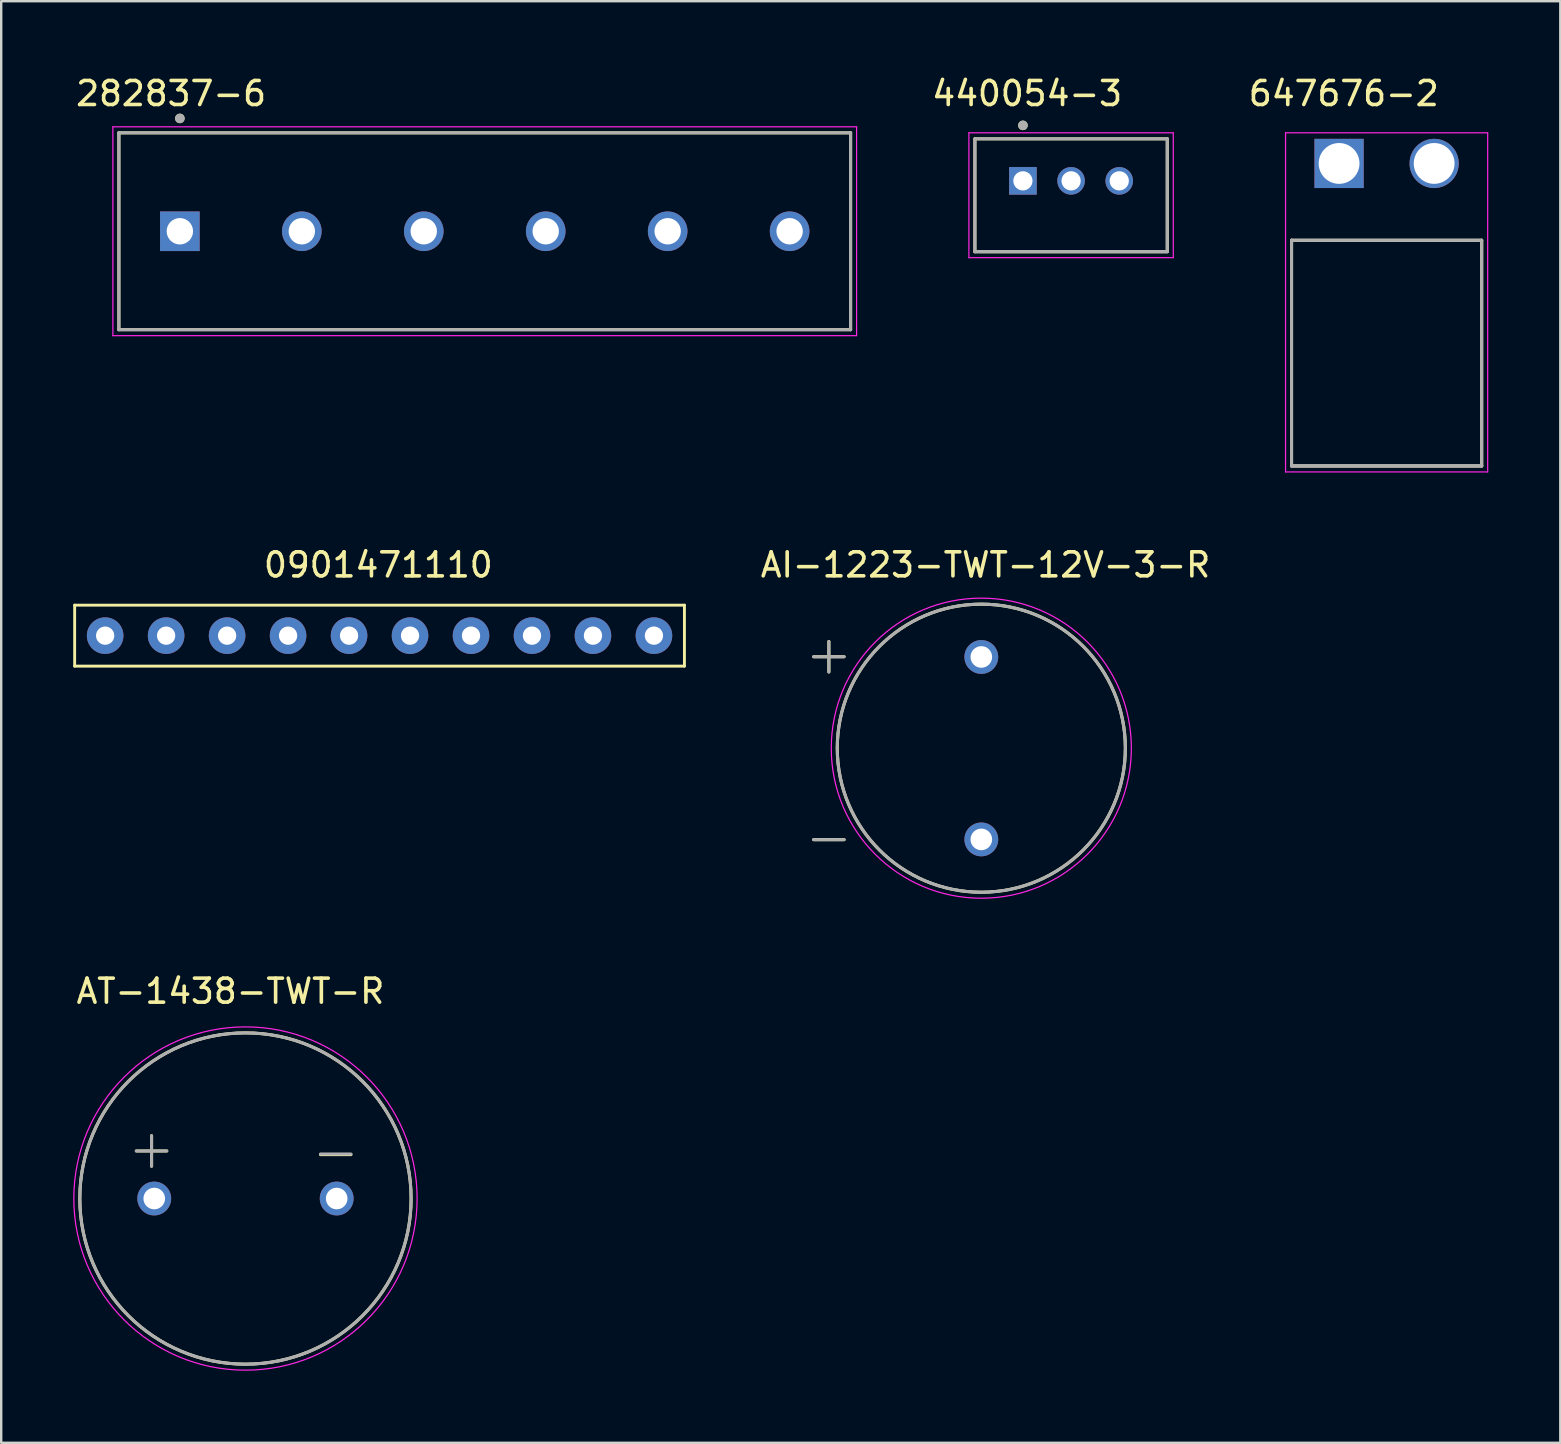
<source format=kicad_pcb>
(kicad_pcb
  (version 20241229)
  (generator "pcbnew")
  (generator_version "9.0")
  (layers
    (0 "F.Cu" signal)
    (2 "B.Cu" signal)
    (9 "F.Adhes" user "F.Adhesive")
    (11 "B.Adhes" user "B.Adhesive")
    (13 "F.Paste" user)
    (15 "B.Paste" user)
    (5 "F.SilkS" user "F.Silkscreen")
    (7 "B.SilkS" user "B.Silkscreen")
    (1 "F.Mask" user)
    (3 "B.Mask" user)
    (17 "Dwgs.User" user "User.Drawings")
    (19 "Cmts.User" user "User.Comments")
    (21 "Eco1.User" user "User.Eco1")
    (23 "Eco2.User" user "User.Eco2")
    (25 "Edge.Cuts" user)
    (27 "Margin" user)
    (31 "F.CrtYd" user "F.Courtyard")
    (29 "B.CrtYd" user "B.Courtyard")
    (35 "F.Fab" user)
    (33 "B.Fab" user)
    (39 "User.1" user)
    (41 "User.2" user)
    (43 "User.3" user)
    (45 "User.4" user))
  (footprint "AI-1223-TWT-12V-3-R"
    (layer "F.Cu")
    (at 37.827 28.116)
    (property "Reference" "AI-1223-TWT-12V-3-R" (at 0.175 -7.635 0) (layer "F.SilkS") (effects (font (size 1 1) (thickness 0.15))))
    (attr through_hole)
    (fp_line (start -6.985 -3.81) (end -5.715 -3.81) (stroke (width 0.127) (type solid)) (layer "F.SilkS"))
    (fp_line (start -6.985 3.81) (end -5.715 3.81) (stroke (width 0.127) (type solid)) (layer "F.SilkS"))
    (fp_line (start -6.35 -4.445) (end -6.35 -3.175) (stroke (width 0.127) (type solid)) (layer "F.SilkS"))
    (fp_circle (center 0 0) (end 6 0) (stroke (width 0.127) (type solid)) (fill no) (layer "F.SilkS"))
    (fp_circle (center 0 0) (end 6.25 0) (stroke (width 0.05) (type solid)) (fill no) (layer "F.CrtYd"))
    (fp_line (start -6.985 -3.81) (end -5.715 -3.81) (stroke (width 0.127) (type solid)) (layer "F.Fab"))
    (fp_line (start -6.985 3.81) (end -5.715 3.81) (stroke (width 0.127) (type solid)) (layer "F.Fab"))
    (fp_line (start -6.35 -4.445) (end -6.35 -3.175) (stroke (width 0.127) (type solid)) (layer "F.Fab"))
    (fp_circle (center 0 0) (end 6 0) (stroke (width 0.127) (type solid)) (fill no) (layer "F.Fab"))
    (pad "N" thru_hole circle (at 0 3.8) (size 1.408 1.408) (drill 0.9) (layers "*.Cu" "*.Mask"))
    (pad "P" thru_hole circle (at 0 -3.8) (size 1.408 1.408) (drill 0.9) (layers "*.Cu" "*.Mask")))
  (footprint "282837-6"
    (layer "F.Cu")
    (at 17.142 6.583)
    (property "Reference" "282837-6" (at -13.065 -5.735 0) (layer "F.SilkS") (effects (font (size 1 1) (thickness 0.15))))
    (attr through_hole)
    (fp_line (start -15.24 -4.1) (end 15.24 -4.1) (stroke (width 0.127) (type solid)) (layer "F.SilkS"))
    (fp_line (start -15.24 4.1) (end -15.24 -4.1) (stroke (width 0.127) (type solid)) (layer "F.SilkS"))
    (fp_line (start 15.24 -4.1) (end 15.24 4.1) (stroke (width 0.127) (type solid)) (layer "F.SilkS"))
    (fp_line (start 15.24 4.1) (end -15.24 4.1) (stroke (width 0.127) (type solid)) (layer "F.SilkS"))
    (fp_circle (center -12.7 -4.7) (end -12.6 -4.7) (stroke (width 0.2) (type solid)) (fill no) (layer "F.SilkS"))
    (fp_line (start -15.49 -4.35) (end 15.49 -4.35) (stroke (width 0.05) (type solid)) (layer "F.CrtYd"))
    (fp_line (start -15.49 4.35) (end -15.49 -4.35) (stroke (width 0.05) (type solid)) (layer "F.CrtYd"))
    (fp_line (start 15.49 -4.35) (end 15.49 4.35) (stroke (width 0.05) (type solid)) (layer "F.CrtYd"))
    (fp_line (start 15.49 4.35) (end -15.49 4.35) (stroke (width 0.05) (type solid)) (layer "F.CrtYd"))
    (fp_line (start -15.24 -4.1) (end 15.24 -4.1) (stroke (width 0.127) (type solid)) (layer "F.Fab"))
    (fp_line (start -15.24 4.1) (end -15.24 -4.1) (stroke (width 0.127) (type solid)) (layer "F.Fab"))
    (fp_line (start 15.24 -4.1) (end 15.24 4.1) (stroke (width 0.127) (type solid)) (layer "F.Fab"))
    (fp_line (start 15.24 4.1) (end -15.24 4.1) (stroke (width 0.127) (type solid)) (layer "F.Fab"))
    (fp_circle (center -12.7 -4.7) (end -12.6 -4.7) (stroke (width 0.2) (type solid)) (fill no) (layer "F.Fab"))
    (pad "1" thru_hole rect (at -12.7 0) (size 1.65 1.65) (drill 1.1) (layers "*.Cu" "*.Mask"))
    (pad "2" thru_hole circle (at -7.62 0) (size 1.65 1.65) (drill 1.1) (layers "*.Cu" "*.Mask"))
    (pad "3" thru_hole circle (at -2.54 0) (size 1.65 1.65) (drill 1.1) (layers "*.Cu" "*.Mask"))
    (pad "4" thru_hole circle (at 2.54 0) (size 1.65 1.65) (drill 1.1) (layers "*.Cu" "*.Mask"))
    (pad "5" thru_hole circle (at 7.62 0) (size 1.65 1.65) (drill 1.1) (layers "*.Cu" "*.Mask"))
    (pad "6" thru_hole circle (at 12.7 0) (size 1.65 1.65) (drill 1.1) (layers "*.Cu" "*.Mask")))
  (footprint "440054-3"
    (layer "F.Cu")
    (at 39.56 4.483)
    (property "Reference" "440054-3" (at 0.175 -3.635 0) (layer "F.SilkS") (effects (font (size 1 1) (thickness 0.15))))
    (attr through_hole)
    (fp_line (start -2 2.95) (end -2 -1.75) (stroke (width 0.127) (type solid)) (layer "F.SilkS"))
    (fp_line (start 6.013 -1.75) (end -2 -1.75) (stroke (width 0.127) (type solid)) (layer "F.SilkS"))
    (fp_line (start 6.013 -1.75) (end 6.013 2.95) (stroke (width 0.127) (type solid)) (layer "F.SilkS"))
    (fp_line (start 6.013 2.95) (end -2 2.95) (stroke (width 0.127) (type solid)) (layer "F.SilkS"))
    (fp_circle (center 0 -2.311) (end 0.1 -2.311) (stroke (width 0.2) (type solid)) (fill no) (layer "F.SilkS"))
    (fp_line (start -2.25 -2) (end 6.263 -2) (stroke (width 0.05) (type solid)) (layer "F.CrtYd"))
    (fp_line (start -2.25 3.2) (end -2.25 -2) (stroke (width 0.05) (type solid)) (layer "F.CrtYd"))
    (fp_line (start 6.263 -2) (end 6.263 3.2) (stroke (width 0.05) (type solid)) (layer "F.CrtYd"))
    (fp_line (start 6.263 3.2) (end -2.25 3.2) (stroke (width 0.05) (type solid)) (layer "F.CrtYd"))
    (fp_line (start -2 -1.75) (end 6.013 -1.75) (stroke (width 0.127) (type solid)) (layer "F.Fab"))
    (fp_line (start -2 2.95) (end -2 -1.75) (stroke (width 0.127) (type solid)) (layer "F.Fab"))
    (fp_line (start -2 2.95) (end -2 2.95) (stroke (width 0.127) (type solid)) (layer "F.Fab"))
    (fp_line (start -2 2.95) (end 6.013 2.95) (stroke (width 0.127) (type solid)) (layer "F.Fab"))
    (fp_line (start 6.013 -1.75) (end 6.013 2.95) (stroke (width 0.127) (type solid)) (layer "F.Fab"))
    (fp_line (start 6.013 2.95) (end -2 2.95) (stroke (width 0.127) (type solid)) (layer "F.Fab"))
    (fp_line (start 6.013 2.95) (end 6.013 2.95) (stroke (width 0.127) (type solid)) (layer "F.Fab"))
    (fp_circle (center 0 -2.311) (end 0.1 -2.311) (stroke (width 0.2) (type solid)) (fill no) (layer "F.Fab"))
    (pad "1" thru_hole rect (at 0 0) (size 1.15 1.15) (drill 0.8) (layers "*.Cu" "*.Mask"))
    (pad "2" thru_hole circle (at 2.007 0) (size 1.15 1.15) (drill 0.8) (layers "*.Cu" "*.Mask"))
    (pad "3" thru_hole circle (at 4.013 0) (size 1.15 1.15) (drill 0.8) (layers "*.Cu" "*.Mask")))
  (footprint "AT-1438-TWT-R"
    (layer "F.Cu")
    (at 7.175 46.875)
    (property "Reference" "AT-1438-TWT-R" (at -0.625 -8.635 0) (layer "F.SilkS") (effects (font (size 1 1) (thickness 0.15))))
    (attr through_hole)
    (fp_line (start -4.547 -1.981) (end -3.277 -1.981) (stroke (width 0.127) (type solid)) (layer "F.SilkS"))
    (fp_line (start -3.912 -2.616) (end -3.912 -1.346) (stroke (width 0.127) (type solid)) (layer "F.SilkS"))
    (fp_line (start 3.124 -1.829) (end 4.394 -1.829) (stroke (width 0.127) (type solid)) (layer "F.SilkS"))
    (fp_circle (center 0 0) (end 6.9 0) (stroke (width 0.127) (type solid)) (fill no) (layer "F.SilkS"))
    (fp_circle (center 0 0) (end 7.15 0) (stroke (width 0.05) (type solid)) (fill no) (layer "F.CrtYd"))
    (fp_line (start -4.547 -1.981) (end -3.277 -1.981) (stroke (width 0.127) (type solid)) (layer "F.Fab"))
    (fp_line (start -3.912 -2.616) (end -3.912 -1.346) (stroke (width 0.127) (type solid)) (layer "F.Fab"))
    (fp_line (start 3.124 -1.854) (end 4.394 -1.854) (stroke (width 0.127) (type solid)) (layer "F.Fab"))
    (fp_circle (center 0 0) (end 6.9 0) (stroke (width 0.127) (type solid)) (fill no) (layer "F.Fab"))
    (pad "N" thru_hole circle (at 3.8 0) (size 1.408 1.408) (drill 0.9) (layers "*.Cu" "*.Mask"))
    (pad "P" thru_hole circle (at -3.8 0) (size 1.408 1.408) (drill 0.9) (layers "*.Cu" "*.Mask")))
  (footprint "647676-2"
    (layer "F.Cu")
    (at 52.73 3.758)
    (property "Reference" "647676-2" (at 0.195 -2.91 0) (layer "F.SilkS") (effects (font (size 1 1) (thickness 0.15))))
    (attr through_hole)
    (fp_line (start -1.98 12.6) (end -1.98 3.2) (stroke (width 0.127) (type solid)) (layer "F.SilkS"))
    (fp_line (start 5.94 3.2) (end -1.98 3.2) (stroke (width 0.127) (type solid)) (layer "F.SilkS"))
    (fp_line (start 5.94 3.2) (end 5.94 12.6) (stroke (width 0.127) (type solid)) (layer "F.SilkS"))
    (fp_line (start 5.94 12.6) (end -1.98 12.6) (stroke (width 0.127) (type solid)) (layer "F.SilkS"))
    (fp_line (start -2.23 -1.275) (end 6.19 -1.275) (stroke (width 0.05) (type solid)) (layer "F.CrtYd"))
    (fp_line (start -2.23 12.85) (end -2.23 -1.275) (stroke (width 0.05) (type solid)) (layer "F.CrtYd"))
    (fp_line (start 6.19 -1.275) (end 6.19 12.85) (stroke (width 0.05) (type solid)) (layer "F.CrtYd"))
    (fp_line (start 6.19 12.85) (end -2.23 12.85) (stroke (width 0.05) (type solid)) (layer "F.CrtYd"))
    (fp_line (start -1.98 3.2) (end 5.94 3.2) (stroke (width 0.127) (type solid)) (layer "F.Fab"))
    (fp_line (start -1.98 12.6) (end -1.98 3.2) (stroke (width 0.127) (type solid)) (layer "F.Fab"))
    (fp_line (start -1.98 12.6) (end -1.98 12.6) (stroke (width 0.127) (type solid)) (layer "F.Fab"))
    (fp_line (start -1.98 12.6) (end 5.94 12.6) (stroke (width 0.127) (type solid)) (layer "F.Fab"))
    (fp_line (start 5.94 3.2) (end 5.94 12.6) (stroke (width 0.127) (type solid)) (layer "F.Fab"))
    (fp_line (start 5.94 12.6) (end -1.98 12.6) (stroke (width 0.127) (type solid)) (layer "F.Fab"))
    (fp_line (start 5.94 12.6) (end 5.94 12.6) (stroke (width 0.127) (type solid)) (layer "F.Fab"))
    (pad "1" thru_hole rect (at 0 0) (size 2.05 2.05) (drill 1.7) (layers "*.Cu" "*.Mask"))
    (pad "2" thru_hole circle (at 3.96 0) (size 2.05 2.05) (drill 1.7) (layers "*.Cu" "*.Mask")))
  (footprint "0901471110"
    (layer "F.Cu")
    (at 12.76 23.428)
    (property "Reference" "0901471110" (at -0.051 -2.946 0) (layer "F.SilkS") (effects (font (size 1 1) (thickness 0.15))))
    (attr through_hole)
    (fp_line (start -12.7 -1.27) (end 12.7 -1.27) (stroke (width 0.12) (type solid)) (layer "F.SilkS"))
    (fp_line (start -12.7 1.27) (end -12.7 -1.27) (stroke (width 0.12) (type solid)) (layer "F.SilkS"))
    (fp_line (start -12.7 1.27) (end 12.7 1.27) (stroke (width 0.12) (type solid)) (layer "F.SilkS"))
    (fp_line (start 12.7 -1.27) (end 12.7 1.27) (stroke (width 0.12) (type solid)) (layer "F.SilkS"))
    (pad "1" thru_hole circle (at -11.43 0) (size 1.524 1.524) (drill 0.762) (layers "*.Cu" "*.Mask"))
    (pad "2" thru_hole circle (at -8.89 0) (size 1.524 1.524) (drill 0.762) (layers "*.Cu" "*.Mask"))
    (pad "3" thru_hole circle (at -6.35 0) (size 1.524 1.524) (drill 0.762) (layers "*.Cu" "*.Mask"))
    (pad "4" thru_hole circle (at -3.81 0) (size 1.524 1.524) (drill 0.762) (layers "*.Cu" "*.Mask"))
    (pad "5" thru_hole circle (at -1.27 0) (size 1.524 1.524) (drill 0.762) (layers "*.Cu" "*.Mask"))
    (pad "6" thru_hole circle (at 1.27 0) (size 1.524 1.524) (drill 0.762) (layers "*.Cu" "*.Mask"))
    (pad "7" thru_hole circle (at 3.81 0) (size 1.524 1.524) (drill 0.762) (layers "*.Cu" "*.Mask"))
    (pad "8" thru_hole circle (at 6.35 0) (size 1.524 1.524) (drill 0.762) (layers "*.Cu" "*.Mask"))
    (pad "9" thru_hole circle (at 8.89 0) (size 1.524 1.524) (drill 0.762) (layers "*.Cu" "*.Mask"))
    (pad "10" thru_hole circle (at 11.43 0) (size 1.524 1.524) (drill 0.762) (layers "*.Cu" "*.Mask")))
  (gr_rect
    (start -3 -3)
    (end 61.945 57.05)
    (stroke (width 0.1) (type default))
    (fill no)
    (layer "Edge.Cuts")))
</source>
